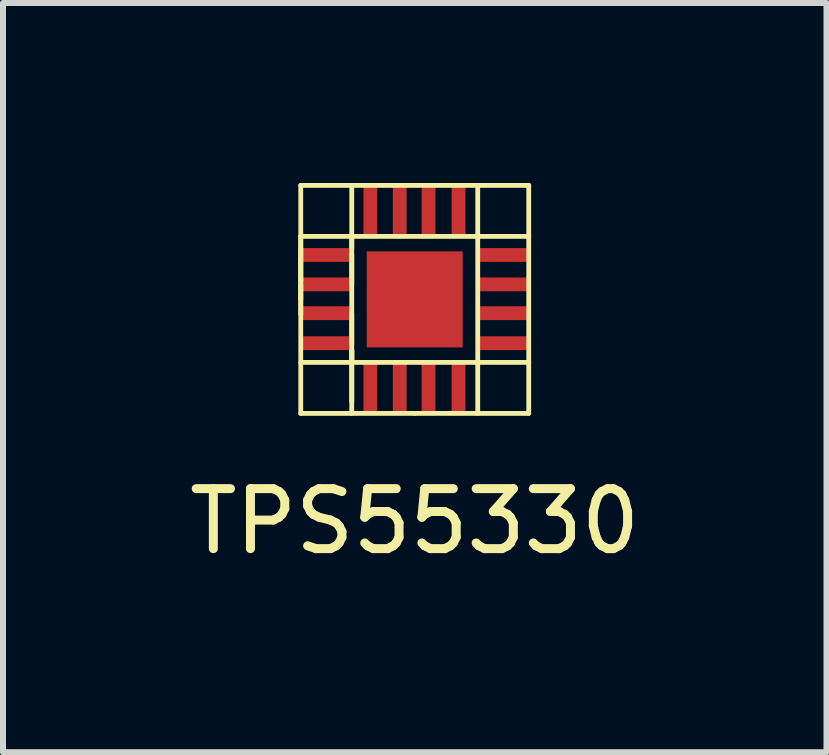
<source format=kicad_pcb>
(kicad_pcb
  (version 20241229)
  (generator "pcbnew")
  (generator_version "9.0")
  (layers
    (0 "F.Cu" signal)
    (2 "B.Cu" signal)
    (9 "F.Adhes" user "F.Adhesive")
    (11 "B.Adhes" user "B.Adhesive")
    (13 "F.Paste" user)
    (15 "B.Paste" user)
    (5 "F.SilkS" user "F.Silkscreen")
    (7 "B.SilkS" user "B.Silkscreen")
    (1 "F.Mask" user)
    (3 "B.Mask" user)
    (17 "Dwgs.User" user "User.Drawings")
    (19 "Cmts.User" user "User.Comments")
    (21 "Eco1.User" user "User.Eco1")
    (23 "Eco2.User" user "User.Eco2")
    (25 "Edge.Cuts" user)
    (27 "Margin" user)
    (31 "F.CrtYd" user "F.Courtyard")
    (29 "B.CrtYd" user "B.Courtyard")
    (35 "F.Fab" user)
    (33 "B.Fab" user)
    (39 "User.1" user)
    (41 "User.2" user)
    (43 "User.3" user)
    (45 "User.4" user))
  (footprint "TPS55330"
    (layer "F.Cu")
    (at 3.863 5.14)
    (property "Reference" "TPS55330" (at 0 0.5 0) (layer "F.SilkS") (effects (font (size 1 1) (thickness 0.15))))
    (attr through_hole)
    (fp_line (start -1.9 -5.1) (end 1.9 -5.1) (stroke (width 0.08) (type solid)) (layer "F.SilkS"))
    (fp_line (start -1.9 -4.25) (end -1.9 -3.2) (stroke (width 0.08) (type solid)) (layer "F.SilkS"))
    (fp_line (start -1.9 -4.05) (end -1.9 -3.8) (stroke (width 0.08) (type solid)) (layer "F.SilkS"))
    (fp_line (start -1.9 -3.8) (end -1.9 -3.5) (stroke (width 0.08) (type solid)) (layer "F.SilkS"))
    (fp_line (start -1.9 -2.95) (end -1.9 -3.45) (stroke (width 0.08) (type solid)) (layer "F.SilkS"))
    (fp_line (start -1.9 -2.15) (end 1.9 -2.15) (stroke (width 0.08) (type solid)) (layer "F.SilkS"))
    (fp_line (start -1.9 -1.3) (end -1.9 -5.1) (stroke (width 0.08) (type solid)) (layer "F.SilkS"))
    (fp_line (start -1.05 -4.25) (end -1.05 -4.05) (stroke (width 0.08) (type solid)) (layer "F.SilkS"))
    (fp_line (start -1.05 -3.45) (end -1.05 -3.95) (stroke (width 0.08) (type solid)) (layer "F.SilkS"))
    (fp_line (start -1.05 -2.45) (end -1.05 -2.95) (stroke (width 0.08) (type solid)) (layer "F.SilkS"))
    (fp_line (start -1.05 -2.35) (end -1.05 -1.5) (stroke (width 0.08) (type solid)) (layer "F.SilkS"))
    (fp_line (start -1.05 -2.15) (end -1.05 -2.35) (stroke (width 0.08) (type solid)) (layer "F.SilkS"))
    (fp_line (start -1.05 -2.15) (end -1.05 -2.35) (stroke (width 0.08) (type solid)) (layer "F.SilkS"))
    (fp_line (start -1.05 -1.3) (end -1.05 -5.1) (stroke (width 0.08) (type solid)) (layer "F.SilkS"))
    (fp_line (start 0 -1.3) (end -1.9 -1.3) (stroke (width 0.08) (type solid)) (layer "F.SilkS"))
    (fp_line (start 0 -1.3) (end 1.9 -1.3) (stroke (width 0.08) (type solid)) (layer "F.SilkS"))
    (fp_line (start 1.05 -1.3) (end 1.05 -5.1) (stroke (width 0.08) (type solid)) (layer "F.SilkS"))
    (fp_line (start 1.9 -5.1) (end 1.9 -1.3) (stroke (width 0.08) (type solid)) (layer "F.SilkS"))
    (fp_line (start 1.9 -4.25) (end -1.9 -4.25) (stroke (width 0.08) (type solid)) (layer "F.SilkS"))
    (pad "1" smd rect (at -1.47 -3.94 90) (size 0.23 0.85) (layers "F.Cu" "F.Mask" "F.Paste"))
    (pad "2" smd rect (at -1.48 -3.45 90) (size 0.23 0.85) (layers "F.Cu" "F.Mask" "F.Paste"))
    (pad "3" smd rect (at -1.48 -2.97 90) (size 0.23 0.85) (layers "F.Cu" "F.Mask" "F.Paste"))
    (pad "4" smd rect (at -1.47 -2.47 90) (size 0.23 0.85) (layers "F.Cu" "F.Mask" "F.Paste"))
    (pad "5" smd rect (at -0.74 -1.73 180) (size 0.23 0.85) (layers "F.Cu" "F.Mask" "F.Paste"))
    (pad "6" smd rect (at -0.25 -1.72 180) (size 0.23 0.85) (layers "F.Cu" "F.Mask" "F.Paste"))
    (pad "6" smd rect (at 0 -3.2 180) (size 1.6 1.6) (layers "F.Cu" "F.Mask" "F.Paste"))
    (pad "7" smd rect (at 0.23 -1.72 180) (size 0.23 0.85) (layers "F.Cu" "F.Mask" "F.Paste"))
    (pad "8" smd rect (at 0.73 -1.73 180) (size 0.23 0.85) (layers "F.Cu" "F.Mask" "F.Paste"))
    (pad "9" smd rect (at 1.48 -2.47 90) (size 0.23 0.85) (layers "F.Cu" "F.Mask" "F.Paste"))
    (pad "10" smd rect (at 1.47 -2.97 90) (size 0.23 0.85) (layers "F.Cu" "F.Mask" "F.Paste"))
    (pad "11" smd rect (at 1.47 -3.45 90) (size 0.23 0.85) (layers "F.Cu" "F.Mask" "F.Paste"))
    (pad "12" smd rect (at 1.48 -3.94 90) (size 0.23 0.85) (layers "F.Cu" "F.Mask" "F.Paste"))
    (pad "13" smd rect (at 0.73 -4.68 180) (size 0.23 0.85) (layers "F.Cu" "F.Mask" "F.Paste"))
    (pad "14" smd rect (at 0.23 -4.67 180) (size 0.23 0.85) (layers "F.Cu" "F.Mask" "F.Paste"))
    (pad "15" smd rect (at -0.25 -4.67 180) (size 0.23 0.85) (layers "F.Cu" "F.Mask" "F.Paste"))
    (pad "16" smd rect (at -0.74 -4.68 180) (size 0.23 0.85) (layers "F.Cu" "F.Mask" "F.Paste")))
  (gr_rect
    (start -3 -3)
    (end 10.726 9.488)
    (stroke (width 0.1) (type default))
    (fill no)
    (layer "Edge.Cuts")))
</source>
